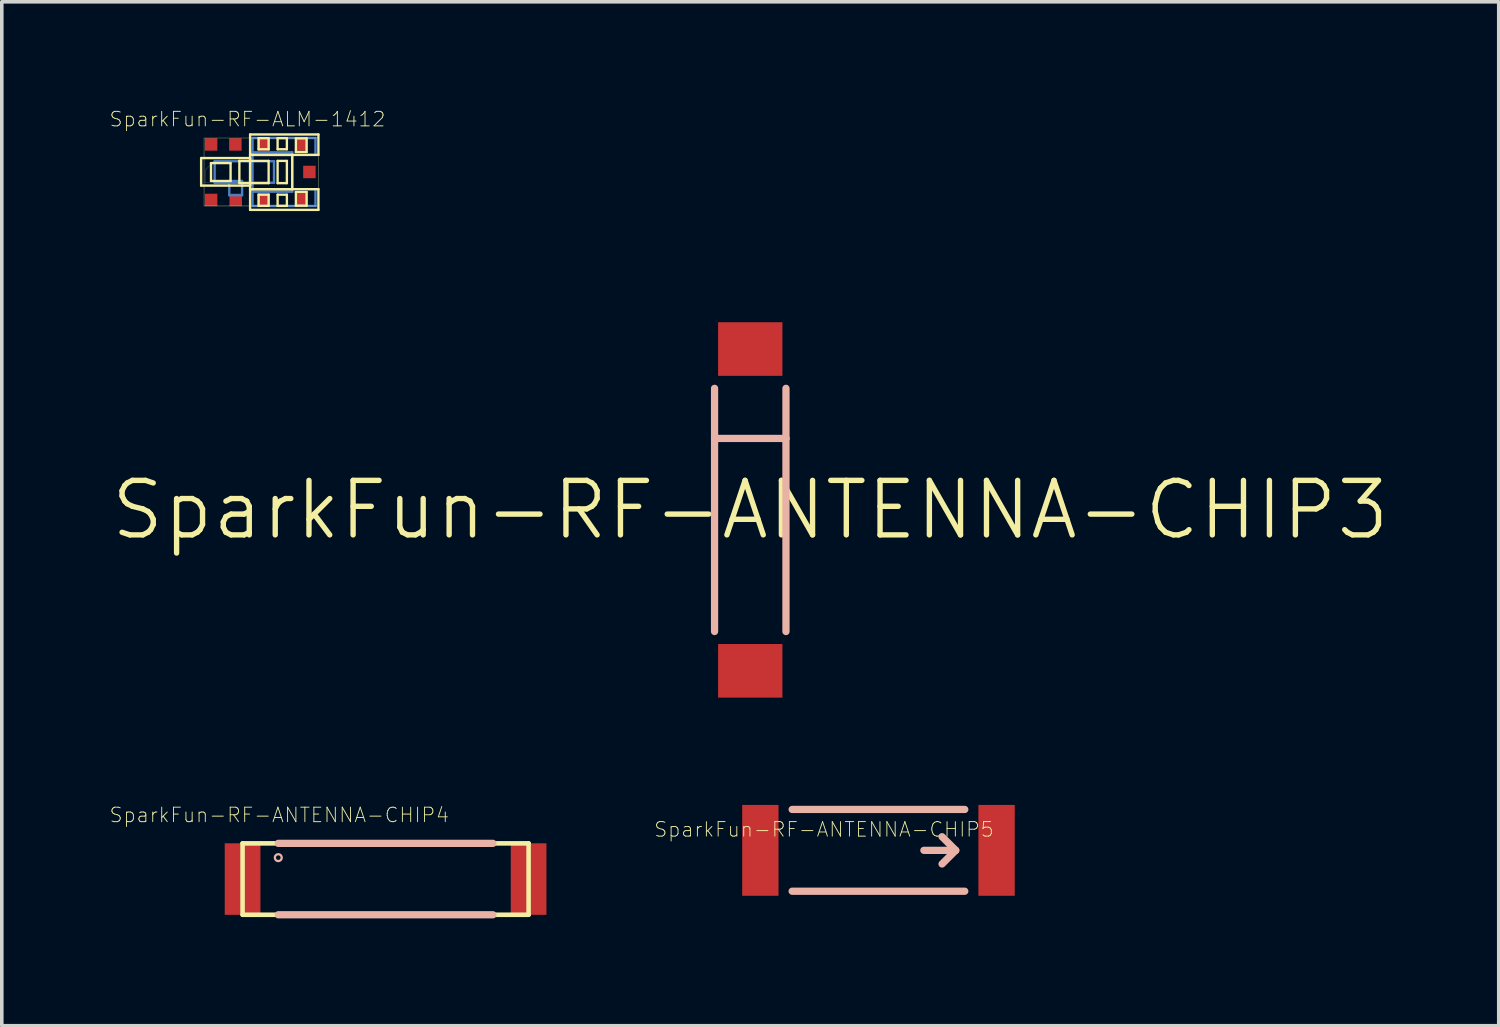
<source format=kicad_pcb>
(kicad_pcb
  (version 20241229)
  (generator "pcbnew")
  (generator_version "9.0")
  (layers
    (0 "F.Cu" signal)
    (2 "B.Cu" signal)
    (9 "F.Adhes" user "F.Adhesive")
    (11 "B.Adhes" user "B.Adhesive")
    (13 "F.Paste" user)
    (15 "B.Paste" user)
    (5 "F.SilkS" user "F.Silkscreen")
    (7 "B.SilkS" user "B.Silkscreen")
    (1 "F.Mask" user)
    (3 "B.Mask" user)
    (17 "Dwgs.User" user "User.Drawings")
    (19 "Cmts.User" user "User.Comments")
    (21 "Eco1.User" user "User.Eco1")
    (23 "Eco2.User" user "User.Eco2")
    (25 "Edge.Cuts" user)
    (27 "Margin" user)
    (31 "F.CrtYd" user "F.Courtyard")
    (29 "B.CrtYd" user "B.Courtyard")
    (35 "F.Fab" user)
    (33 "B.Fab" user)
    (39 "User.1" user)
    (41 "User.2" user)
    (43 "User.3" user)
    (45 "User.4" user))
  (footprint "SparkFun-RF-ANTENNA-CHIP4"
    (layer "F.Cu")
    (at 7.73 21.526)
    (property "Reference" "SparkFun-RF-ANTENNA-CHIP4" (at -2.972 -1.791 0) (layer "F.SilkS") (effects (font (size 0.406 0.406) (thickness 0.025))))
    (attr smd)
    (fp_line (start -3.998 -0.998) (end -3.998 0.998) (stroke (width 0.127) (type solid)) (layer "F.SilkS"))
    (fp_line (start -3.998 0.998) (end 3.998 0.998) (stroke (width 0.127) (type solid)) (layer "F.SilkS"))
    (fp_line (start 3.998 -0.998) (end -3.998 -0.998) (stroke (width 0.127) (type solid)) (layer "F.SilkS"))
    (fp_line (start 3.998 0.998) (end 3.998 -0.998) (stroke (width 0.127) (type solid)) (layer "F.SilkS"))
    (fp_line (start -3 -0.998) (end 3 -0.998) (stroke (width 0.203) (type solid)) (layer "B.SilkS"))
    (fp_line (start 3 0.998) (end -3 0.998) (stroke (width 0.203) (type solid)) (layer "B.SilkS"))
    (fp_circle (center -3 -0.599) (end -3.068 -0.668) (stroke (width 0.064) (type solid)) (fill no) (layer "B.SilkS"))
    (pad "NC" smd rect (at 3.998 0) (size 0.998 1.999) (layers "F.Cu" "F.Mask" "F.Paste"))
    (pad "SIG" smd rect (at -3.998 0) (size 0.998 1.999) (layers "F.Cu" "F.Mask" "F.Paste")))
  (footprint "SparkFun-RF-ANTENNA-CHIP5"
    (layer "F.Cu")
    (at 21.509 20.723)
    (property "Reference" "SparkFun-RF-ANTENNA-CHIP5" (at -1.524 -0.584 0) (layer "F.SilkS") (effects (font (size 0.406 0.406) (thickness 0.025))))
    (attr smd)
    (fp_line (start -2.413 -1.143) (end 2.413 -1.143) (stroke (width 0.203) (type solid)) (layer "B.SilkS"))
    (fp_line (start -2.413 1.143) (end 2.413 1.143) (stroke (width 0.203) (type solid)) (layer "B.SilkS"))
    (fp_line (start 1.27 0) (end 2.159 0) (stroke (width 0.203) (type solid)) (layer "B.SilkS"))
    (fp_line (start 2.159 0) (end 1.778 -0.381) (stroke (width 0.203) (type solid)) (layer "B.SilkS"))
    (fp_line (start 2.159 0) (end 1.778 0.381) (stroke (width 0.203) (type solid)) (layer "B.SilkS"))
    (pad "FEED" smd rect (at -3.302 0 180) (size 1.016 2.54) (layers "F.Cu" "F.Mask" "F.Paste"))
    (pad "NC" smd rect (at 3.302 0 180) (size 1.016 2.54) (layers "F.Cu" "F.Mask" "F.Paste")))
  (footprint "SparkFun-RF-ALM-1412"
    (layer "F.Cu")
    (at 2.852 2.708)
    (property "Reference" "SparkFun-RF-ALM-1412" (at 1.016 -2.426 0) (layer "F.SilkS") (effects (font (size 0.406 0.406) (thickness 0.025))))
    (attr smd)
    (fp_line (start -0.168 -0.998) (end 0.079 -1.25) (stroke (width 0.008) (type solid)) (layer "B.Cu"))
    (fp_line (start -0.168 -0.648) (end -0.168 -0.998) (stroke (width 0.008) (type solid)) (layer "B.Cu"))
    (fp_line (start 0.079 -1.25) (end 0.099 -1.25) (stroke (width 0.008) (type solid)) (layer "B.Cu"))
    (fp_line (start 0.099 -1.25) (end 0.099 -0.648) (stroke (width 0.008) (type solid)) (layer "B.Cu"))
    (fp_line (start 0.099 -1.25) (end 1.758 -1.25) (stroke (width 0.066) (type solid)) (layer "B.Cu"))
    (fp_line (start 0.099 -0.648) (end -0.168 -0.648) (stroke (width 0.008) (type solid)) (layer "B.Cu"))
    (fp_line (start 0.099 -0.648) (end 0.099 -1.25) (stroke (width 0.066) (type solid)) (layer "B.Cu"))
    (fp_line (start 0.099 -0.648) (end 1.758 -0.648) (stroke (width 0.066) (type solid)) (layer "B.Cu"))
    (fp_line (start 0.508 -0.699) (end 0.866 -0.699) (stroke (width 0.066) (type solid)) (layer "B.Cu"))
    (fp_line (start 0.508 -0.3) (end 0.508 -0.699) (stroke (width 0.066) (type solid)) (layer "B.Cu"))
    (fp_line (start 0.508 -0.3) (end 0.866 -0.3) (stroke (width 0.066) (type solid)) (layer "B.Cu"))
    (fp_line (start 0.866 -0.3) (end 0.866 -0.699) (stroke (width 0.066) (type solid)) (layer "B.Cu"))
    (fp_line (start 1.158 -1.9) (end 2.918 -1.9) (stroke (width 0.066) (type solid)) (layer "B.Cu"))
    (fp_line (start 1.158 -1.499) (end 2.268 -1.499) (stroke (width 0.066) (type solid)) (layer "B.Cu"))
    (fp_line (start 1.158 -1.427) (end 1.158 -1.9) (stroke (width 0.066) (type solid)) (layer "B.Cu"))
    (fp_line (start 1.158 -1.427) (end 2.918 -1.427) (stroke (width 0.066) (type solid)) (layer "B.Cu"))
    (fp_line (start 1.158 -0.47) (end 2.918 -0.47) (stroke (width 0.066) (type solid)) (layer "B.Cu"))
    (fp_line (start 1.158 -0.399) (end 1.158 -1.499) (stroke (width 0.066) (type solid)) (layer "B.Cu"))
    (fp_line (start 1.158 -0.399) (end 2.268 -0.399) (stroke (width 0.066) (type solid)) (layer "B.Cu"))
    (fp_line (start 1.158 0) (end 1.158 -0.47) (stroke (width 0.066) (type solid)) (layer "B.Cu"))
    (fp_line (start 1.158 0) (end 2.918 0) (stroke (width 0.066) (type solid)) (layer "B.Cu"))
    (fp_line (start 1.758 -0.648) (end 1.758 -1.25) (stroke (width 0.066) (type solid)) (layer "B.Cu"))
    (fp_line (start 2.268 -0.399) (end 2.268 -1.499) (stroke (width 0.066) (type solid)) (layer "B.Cu"))
    (fp_line (start 2.918 -1.427) (end 2.918 -1.9) (stroke (width 0.066) (type solid)) (layer "B.Cu"))
    (fp_line (start 2.918 0) (end 2.918 -0.47) (stroke (width 0.066) (type solid)) (layer "B.Cu"))
    (fp_line (start -0.279 -1.339) (end 1.09 -1.339) (stroke (width 0.066) (type solid)) (layer "F.SilkS"))
    (fp_line (start -0.279 -0.569) (end -0.279 -1.339) (stroke (width 0.066) (type solid)) (layer "F.SilkS"))
    (fp_line (start -0.279 -0.569) (end 1.09 -0.569) (stroke (width 0.066) (type solid)) (layer "F.SilkS"))
    (fp_line (start -0.198 -1.9) (end 3 -1.9) (stroke (width 0.008) (type solid)) (layer "F.SilkS"))
    (fp_line (start -0.198 0) (end -0.198 -1.9) (stroke (width 0.008) (type solid)) (layer "F.SilkS"))
    (fp_line (start -0.003 -1.199) (end 0.544 -1.199) (stroke (width 0.066) (type solid)) (layer "F.SilkS"))
    (fp_line (start -0.003 -0.699) (end -0.003 -1.199) (stroke (width 0.066) (type solid)) (layer "F.SilkS"))
    (fp_line (start -0.003 -0.699) (end 0.544 -0.699) (stroke (width 0.066) (type solid)) (layer "F.SilkS"))
    (fp_line (start 0.544 -0.699) (end 0.544 -1.199) (stroke (width 0.066) (type solid)) (layer "F.SilkS"))
    (fp_line (start 0.79 -1.26) (end 1.608 -1.26) (stroke (width 0.066) (type solid)) (layer "F.SilkS"))
    (fp_line (start 0.79 -0.638) (end 0.79 -1.26) (stroke (width 0.066) (type solid)) (layer "F.SilkS"))
    (fp_line (start 0.79 -0.638) (end 1.608 -0.638) (stroke (width 0.066) (type solid)) (layer "F.SilkS"))
    (fp_line (start 1.09 -1.999) (end 3 -1.999) (stroke (width 0.066) (type solid)) (layer "F.SilkS"))
    (fp_line (start 1.09 -1.427) (end 1.09 -1.999) (stroke (width 0.066) (type solid)) (layer "F.SilkS"))
    (fp_line (start 1.09 -1.427) (end 2.268 -1.427) (stroke (width 0.066) (type solid)) (layer "F.SilkS"))
    (fp_line (start 1.09 -1.427) (end 3 -1.427) (stroke (width 0.066) (type solid)) (layer "F.SilkS"))
    (fp_line (start 1.09 -0.569) (end 1.09 -1.339) (stroke (width 0.066) (type solid)) (layer "F.SilkS"))
    (fp_line (start 1.09 -0.47) (end 1.09 -1.427) (stroke (width 0.066) (type solid)) (layer "F.SilkS"))
    (fp_line (start 1.09 -0.47) (end 2.268 -0.47) (stroke (width 0.066) (type solid)) (layer "F.SilkS"))
    (fp_line (start 1.09 -0.47) (end 3 -0.47) (stroke (width 0.066) (type solid)) (layer "F.SilkS"))
    (fp_line (start 1.09 0.109) (end 1.09 -0.47) (stroke (width 0.066) (type solid)) (layer "F.SilkS"))
    (fp_line (start 1.09 0.109) (end 3 0.109) (stroke (width 0.066) (type solid)) (layer "F.SilkS"))
    (fp_line (start 1.328 -1.895) (end 1.608 -1.895) (stroke (width 0.066) (type solid)) (layer "F.SilkS"))
    (fp_line (start 1.328 -1.585) (end 1.328 -1.895) (stroke (width 0.066) (type solid)) (layer "F.SilkS"))
    (fp_line (start 1.328 -1.585) (end 1.608 -1.585) (stroke (width 0.066) (type solid)) (layer "F.SilkS"))
    (fp_line (start 1.328 -0.315) (end 1.608 -0.315) (stroke (width 0.066) (type solid)) (layer "F.SilkS"))
    (fp_line (start 1.328 -0.003) (end 1.328 -0.315) (stroke (width 0.066) (type solid)) (layer "F.SilkS"))
    (fp_line (start 1.328 -0.003) (end 1.608 -0.003) (stroke (width 0.066) (type solid)) (layer "F.SilkS"))
    (fp_line (start 1.608 -1.585) (end 1.608 -1.895) (stroke (width 0.066) (type solid)) (layer "F.SilkS"))
    (fp_line (start 1.608 -0.638) (end 1.608 -1.26) (stroke (width 0.066) (type solid)) (layer "F.SilkS"))
    (fp_line (start 1.608 -0.003) (end 1.608 -0.315) (stroke (width 0.066) (type solid)) (layer "F.SilkS"))
    (fp_line (start 1.859 -1.895) (end 2.118 -1.895) (stroke (width 0.066) (type solid)) (layer "F.SilkS"))
    (fp_line (start 1.859 -1.585) (end 1.859 -1.895) (stroke (width 0.066) (type solid)) (layer "F.SilkS"))
    (fp_line (start 1.859 -1.585) (end 2.118 -1.585) (stroke (width 0.066) (type solid)) (layer "F.SilkS"))
    (fp_line (start 1.859 -1.26) (end 2.118 -1.26) (stroke (width 0.066) (type solid)) (layer "F.SilkS"))
    (fp_line (start 1.859 -0.638) (end 1.859 -1.26) (stroke (width 0.066) (type solid)) (layer "F.SilkS"))
    (fp_line (start 1.859 -0.638) (end 2.118 -0.638) (stroke (width 0.066) (type solid)) (layer "F.SilkS"))
    (fp_line (start 1.859 -0.315) (end 2.118 -0.315) (stroke (width 0.066) (type solid)) (layer "F.SilkS"))
    (fp_line (start 1.859 -0.003) (end 1.859 -0.315) (stroke (width 0.066) (type solid)) (layer "F.SilkS"))
    (fp_line (start 1.859 -0.003) (end 2.118 -0.003) (stroke (width 0.066) (type solid)) (layer "F.SilkS"))
    (fp_line (start 2.118 -1.585) (end 2.118 -1.895) (stroke (width 0.066) (type solid)) (layer "F.SilkS"))
    (fp_line (start 2.118 -0.638) (end 2.118 -1.26) (stroke (width 0.066) (type solid)) (layer "F.SilkS"))
    (fp_line (start 2.118 -0.003) (end 2.118 -0.315) (stroke (width 0.066) (type solid)) (layer "F.SilkS"))
    (fp_line (start 2.268 -0.47) (end 2.268 -1.427) (stroke (width 0.066) (type solid)) (layer "F.SilkS"))
    (fp_line (start 2.37 -1.89) (end 2.67 -1.89) (stroke (width 0.066) (type solid)) (layer "F.SilkS"))
    (fp_line (start 2.37 -1.509) (end 2.37 -1.89) (stroke (width 0.066) (type solid)) (layer "F.SilkS"))
    (fp_line (start 2.37 -1.509) (end 2.67 -1.509) (stroke (width 0.066) (type solid)) (layer "F.SilkS"))
    (fp_line (start 2.37 -0.389) (end 2.67 -0.389) (stroke (width 0.066) (type solid)) (layer "F.SilkS"))
    (fp_line (start 2.37 -0.008) (end 2.37 -0.389) (stroke (width 0.066) (type solid)) (layer "F.SilkS"))
    (fp_line (start 2.37 -0.008) (end 2.67 -0.008) (stroke (width 0.066) (type solid)) (layer "F.SilkS"))
    (fp_line (start 2.67 -1.509) (end 2.67 -1.89) (stroke (width 0.066) (type solid)) (layer "F.SilkS"))
    (fp_line (start 2.67 -0.008) (end 2.67 -0.389) (stroke (width 0.066) (type solid)) (layer "F.SilkS"))
    (fp_line (start 3 -1.9) (end 3 0) (stroke (width 0.008) (type solid)) (layer "F.SilkS"))
    (fp_line (start 3 -1.427) (end 3 -1.999) (stroke (width 0.066) (type solid)) (layer "F.SilkS"))
    (fp_line (start 3 0) (end -0.198 0) (stroke (width 0.008) (type solid)) (layer "F.SilkS"))
    (fp_line (start 3 0.109) (end 3 -0.47) (stroke (width 0.066) (type solid)) (layer "F.SilkS"))
    (pad "1" smd rect (at 0 -0.168) (size 0.348 0.348) (layers "F.Cu" "F.Mask" "F.Paste"))
    (pad "2" smd rect (at 0.688 -0.168) (size 0.348 0.348) (layers "F.Cu" "F.Mask" "F.Paste"))
    (pad "3" smd rect (at 2.748 -0.95) (size 0.348 0.348) (layers "F.Cu" "F.Mask" "F.Paste"))
    (pad "4" smd rect (at 0.678 -1.72) (size 0.348 0.348) (layers "F.Cu" "F.Mask" "F.Paste"))
    (pad "5" smd rect (at 0 -1.72) (size 0.348 0.348) (layers "F.Cu" "F.Mask" "F.Paste"))
    (pad "6" smd rect (at 1.468 -0.178) (size 0.348 0.348) (layers "F.Cu" "F.Mask" "F.Paste"))
    (pad "7" smd rect (at 2.52 -0.178) (size 0.348 0.348) (layers "F.Cu" "F.Mask" "F.Paste"))
    (pad "8" smd rect (at 2.52 -1.72) (size 0.348 0.348) (layers "F.Cu" "F.Mask" "F.Paste"))
    (pad "9" smd rect (at 1.468 -1.72) (size 0.348 0.348) (layers "F.Cu" "F.Mask" "F.Paste")))
  (footprint "SparkFun-RF-ANTENNA-CHIP3"
    (layer "F.Cu")
    (at 17.925 11.206)
    (property "Reference" "SparkFun-RF-ANTENNA-CHIP3" (at 0 0 0) (layer "F.SilkS") (effects (font (size 1.524 1.524) (thickness 0.15))))
    (attr smd)
    (fp_line (start -0.998 -3.399) (end -0.998 -1.999) (stroke (width 0.203) (type solid)) (layer "B.SilkS"))
    (fp_line (start -0.998 -1.999) (end -0.998 3.399) (stroke (width 0.203) (type solid)) (layer "B.SilkS"))
    (fp_line (start 0.998 -3.399) (end 0.998 -1.999) (stroke (width 0.203) (type solid)) (layer "B.SilkS"))
    (fp_line (start 0.998 -1.999) (end -0.998 -1.999) (stroke (width 0.203) (type solid)) (layer "B.SilkS"))
    (fp_line (start 0.998 -1.999) (end 0.998 3.399) (stroke (width 0.203) (type solid)) (layer "B.SilkS"))
    (pad "FEED" smd rect (at 0 -4.498) (size 1.798 1.499) (layers "F.Cu" "F.Mask" "F.Paste"))
    (pad "NC" smd rect (at 0 4.498) (size 1.798 1.499) (layers "F.Cu" "F.Mask" "F.Paste")))
  (gr_rect
    (start -3 -3)
    (end 38.85 25.626)
    (stroke (width 0.1) (type default))
    (fill no)
    (layer "Edge.Cuts")))
</source>
